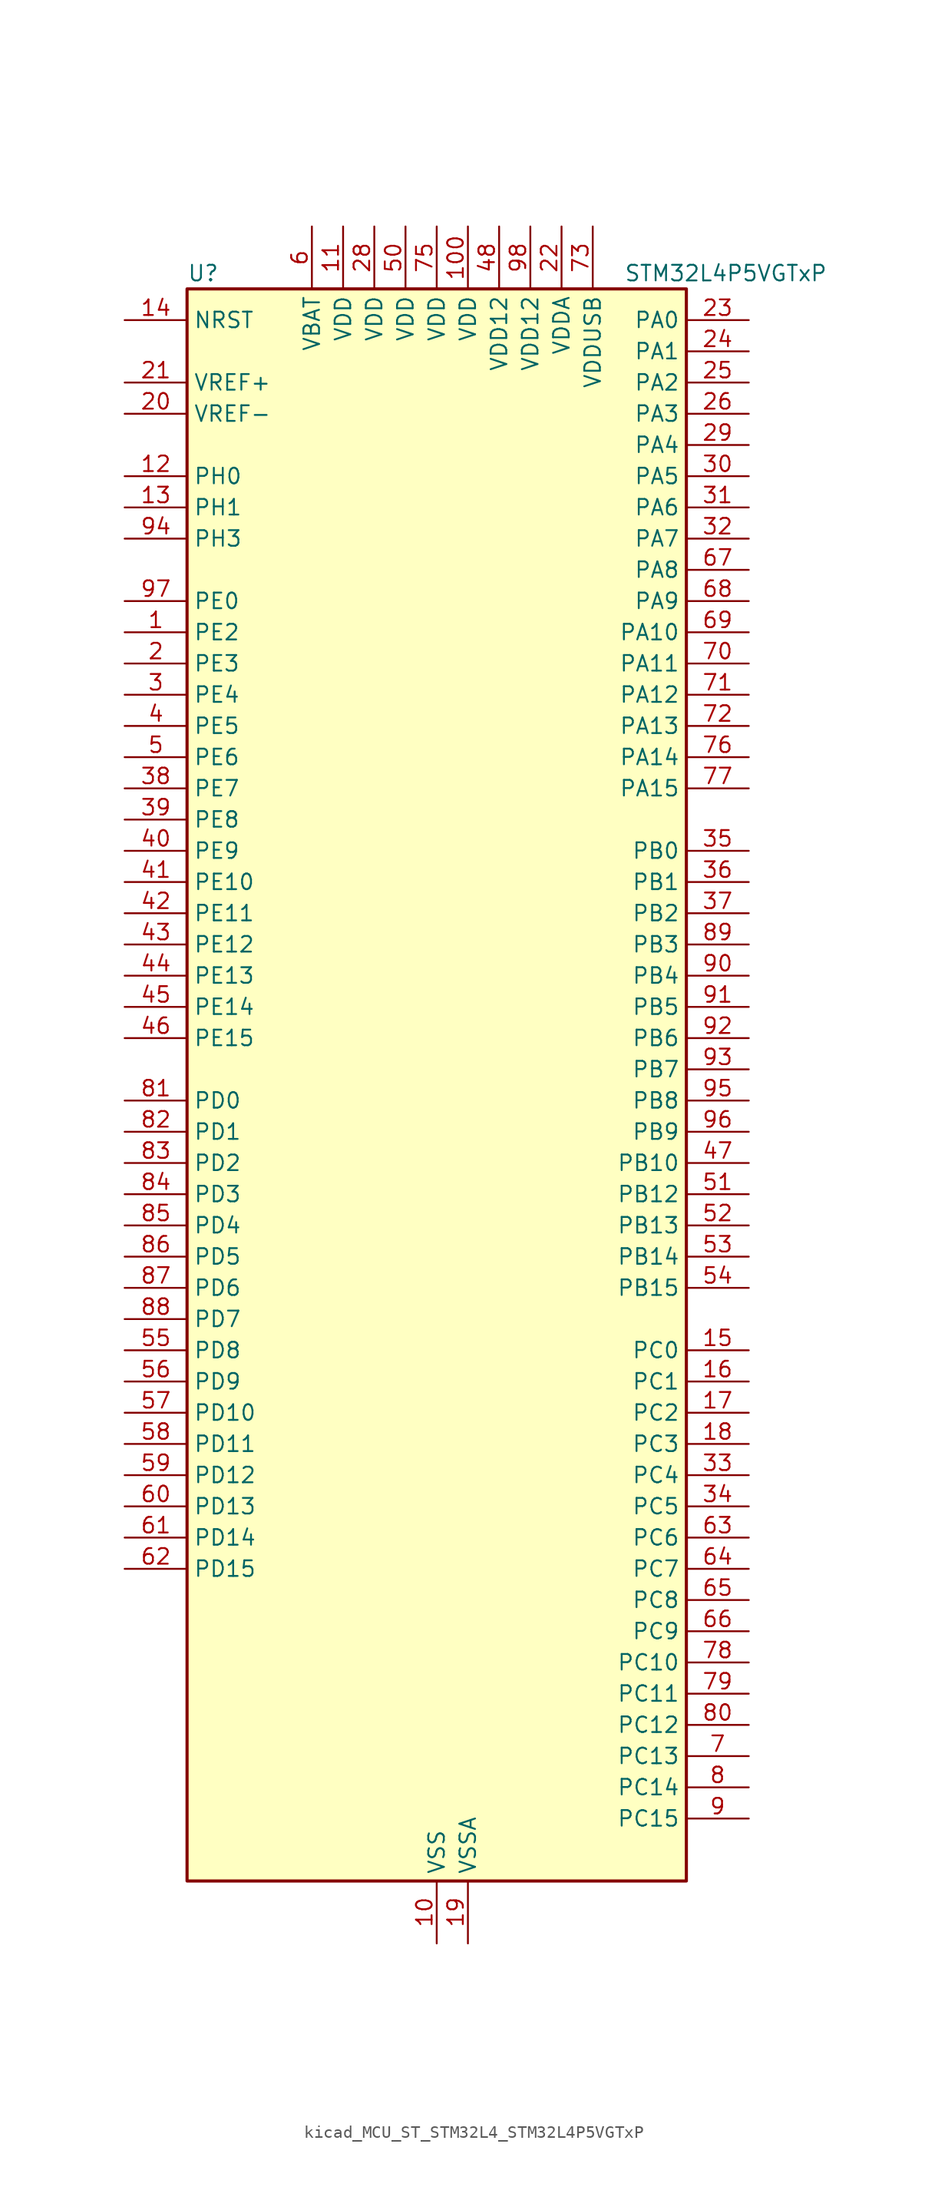
<source format=kicad_sym>
(kicad_symbol_lib
  (version 20220914)
  (generator kicad_symbol_editor)
  (symbol "kicad_MCU_ST_STM32L4_STM32L4P5VGTxP"
    (property "Reference" "U"
      (at -20.32 67.31 0)
      (effects (font (size 1.27 1.27)) (justify left)))
    (property "Value" "STM32L4P5VGTxP"
      (at 15.24 67.31 0)
      (effects (font (size 1.27 1.27)) (justify left)))
    (property "ki_locked" ""
      (at 0 0 0)
      (effects (font (size 1.27 1.27))))
    (symbol "kicad_MCU_ST_STM32L4_STM32L4P5VGTxP_0_1"
      (rectangle (start -20.32 -63.5) (end 20.32 66.04) (stroke (width 0.254) (type default)) (fill (type background))))
    (symbol "kicad_MCU_ST_STM32L4_STM32L4P5VGTxP_1_1"
      (pin bidirectional line (at -25.4 38.1 0) (length 5.08) (name "PE2" (effects (font (size 1.27 1.27)))) (number "1" (effects (font (size 1.27 1.27)))) (alternate "FMC_A23" bidirectional line) (alternate "LTDC_R7" bidirectional line) (alternate "SAI1_CK1" bidirectional line) (alternate "SAI1_MCLK_A" bidirectional line) (alternate "SYS_TRACECLK" bidirectional line) (alternate "TIM3_ETR" bidirectional line) (alternate "TSC_G7_IO1" bidirectional line))
      (pin power_in line (at 0 -68.58 90) (length 5.08) (name "VSS" (effects (font (size 1.27 1.27)))) (number "10" (effects (font (size 1.27 1.27)))))
      (pin power_in line (at 2.54 71.12 270) (length 5.08) (name "VDD" (effects (font (size 1.27 1.27)))) (number "100" (effects (font (size 1.27 1.27)))))
      (pin power_in line (at -7.62 71.12 270) (length 5.08) (name "VDD" (effects (font (size 1.27 1.27)))) (number "11" (effects (font (size 1.27 1.27)))))
      (pin bidirectional line (at -25.4 50.8 0) (length 5.08) (name "PH0" (effects (font (size 1.27 1.27)))) (number "12" (effects (font (size 1.27 1.27)))) (alternate "RCC_OSC_IN" bidirectional line))
      (pin bidirectional line (at -25.4 48.26 0) (length 5.08) (name "PH1" (effects (font (size 1.27 1.27)))) (number "13" (effects (font (size 1.27 1.27)))) (alternate "RCC_OSC_OUT" bidirectional line))
      (pin input line (at -25.4 63.5 0) (length 5.08) (name "NRST" (effects (font (size 1.27 1.27)))) (number "14" (effects (font (size 1.27 1.27)))))
      (pin bidirectional line (at 25.4 -20.32 180) (length 5.08) (name "PC0" (effects (font (size 1.27 1.27)))) (number "15" (effects (font (size 1.27 1.27)))) (alternate "ADC1_IN1" bidirectional line) (alternate "ADC2_IN1" bidirectional line) (alternate "I2C3_SCL" bidirectional line) (alternate "LPTIM1_IN1" bidirectional line) (alternate "LPTIM2_IN1" bidirectional line) (alternate "LPUART1_RX" bidirectional line) (alternate "LTDC_DE" bidirectional line) (alternate "SAI2_FS_A" bidirectional line) (alternate "SDMMC1_CMD" bidirectional line) (alternate "SDMMC2_CKIN" bidirectional line))
      (pin bidirectional line (at 25.4 -22.86 180) (length 5.08) (name "PC1" (effects (font (size 1.27 1.27)))) (number "16" (effects (font (size 1.27 1.27)))) (alternate "ADC1_IN2" bidirectional line) (alternate "ADC2_IN2" bidirectional line) (alternate "I2C3_SDA" bidirectional line) (alternate "LPTIM1_OUT" bidirectional line) (alternate "LPUART1_TX" bidirectional line) (alternate "OCTOSPIM_P1_IO4" bidirectional line) (alternate "SAI1_SD_A" bidirectional line) (alternate "SPI2_MOSI" bidirectional line) (alternate "SYS_TRACED0" bidirectional line))
      (pin bidirectional line (at 25.4 -25.4 180) (length 5.08) (name "PC2" (effects (font (size 1.27 1.27)))) (number "17" (effects (font (size 1.27 1.27)))) (alternate "ADC1_IN3" bidirectional line) (alternate "ADC2_IN3" bidirectional line) (alternate "DFSDM1_CKOUT" bidirectional line) (alternate "LPTIM1_IN2" bidirectional line) (alternate "LTDC_HSYNC" bidirectional line) (alternate "OCTOSPIM_P1_IO5" bidirectional line) (alternate "SPI2_MISO" bidirectional line))
      (pin bidirectional line (at 25.4 -27.94 180) (length 5.08) (name "PC3" (effects (font (size 1.27 1.27)))) (number "18" (effects (font (size 1.27 1.27)))) (alternate "ADC1_IN4" bidirectional line) (alternate "ADC2_IN4" bidirectional line) (alternate "LPTIM1_ETR" bidirectional line) (alternate "LPTIM2_ETR" bidirectional line) (alternate "OCTOSPIM_P1_IO6" bidirectional line) (alternate "SAI1_D1" bidirectional line) (alternate "SAI1_SD_A" bidirectional line) (alternate "SPI2_MOSI" bidirectional line))
      (pin power_in line (at 2.54 -68.58 90) (length 5.08) (name "VSSA" (effects (font (size 1.27 1.27)))) (number "19" (effects (font (size 1.27 1.27)))))
      (pin bidirectional line (at -25.4 35.56 0) (length 5.08) (name "PE3" (effects (font (size 1.27 1.27)))) (number "2" (effects (font (size 1.27 1.27)))) (alternate "FMC_A19" bidirectional line) (alternate "LTDC_R6" bidirectional line) (alternate "OCTOSPIM_P1_DQS" bidirectional line) (alternate "SAI1_SD_B" bidirectional line) (alternate "SYS_TRACED0" bidirectional line) (alternate "TIM3_CH1" bidirectional line) (alternate "TSC_G7_IO2" bidirectional line))
      (pin input line (at -25.4 55.88 0) (length 5.08) (name "VREF-" (effects (font (size 1.27 1.27)))) (number "20" (effects (font (size 1.27 1.27)))))
      (pin input line (at -25.4 58.42 0) (length 5.08) (name "VREF+" (effects (font (size 1.27 1.27)))) (number "21" (effects (font (size 1.27 1.27)))) (alternate "VREFBUF_OUT" bidirectional line))
      (pin power_in line (at 10.16 71.12 270) (length 5.08) (name "VDDA" (effects (font (size 1.27 1.27)))) (number "22" (effects (font (size 1.27 1.27)))))
      (pin bidirectional line (at 25.4 63.5 180) (length 5.08) (name "PA0" (effects (font (size 1.27 1.27)))) (number "23" (effects (font (size 1.27 1.27)))) (alternate "ADC1_IN5" bidirectional line) (alternate "ADC2_IN5" bidirectional line) (alternate "OPAMP1_VINP" bidirectional line) (alternate "RTC_TAMP2" bidirectional line) (alternate "SAI1_EXTCLK" bidirectional line) (alternate "SYS_WKUP1" bidirectional line) (alternate "TIM2_CH1" bidirectional line) (alternate "TIM2_ETR" bidirectional line) (alternate "TIM5_CH1" bidirectional line) (alternate "TIM8_ETR" bidirectional line) (alternate "UART4_TX" bidirectional line) (alternate "USART2_CTS" bidirectional line) (alternate "USART2_NSS" bidirectional line))
      (pin bidirectional line (at 25.4 60.96 180) (length 5.08) (name "PA1" (effects (font (size 1.27 1.27)))) (number "24" (effects (font (size 1.27 1.27)))) (alternate "ADC1_IN6" bidirectional line) (alternate "ADC2_IN6" bidirectional line) (alternate "I2C1_SMBA" bidirectional line) (alternate "OCTOSPIM_P1_DQS" bidirectional line) (alternate "OPAMP1_VINM" bidirectional line) (alternate "SDMMC2_CMD" bidirectional line) (alternate "SPI1_SCK" bidirectional line) (alternate "TIM15_CH1N" bidirectional line) (alternate "TIM2_CH2" bidirectional line) (alternate "TIM5_CH2" bidirectional line) (alternate "UART4_RX" bidirectional line) (alternate "USART2_DE" bidirectional line) (alternate "USART2_RTS" bidirectional line))
      (pin bidirectional line (at 25.4 58.42 180) (length 5.08) (name "PA2" (effects (font (size 1.27 1.27)))) (number "25" (effects (font (size 1.27 1.27)))) (alternate "ADC1_IN7" bidirectional line) (alternate "ADC2_IN7" bidirectional line) (alternate "LPUART1_TX" bidirectional line) (alternate "OCTOSPIM_P1_NCS" bidirectional line) (alternate "RCC_LSCO" bidirectional line) (alternate "SAI2_EXTCLK" bidirectional line) (alternate "SYS_WKUP4" bidirectional line) (alternate "TIM15_CH1" bidirectional line) (alternate "TIM2_CH3" bidirectional line) (alternate "TIM5_CH3" bidirectional line) (alternate "USART2_TX" bidirectional line))
      (pin bidirectional line (at 25.4 55.88 180) (length 5.08) (name "PA3" (effects (font (size 1.27 1.27)))) (number "26" (effects (font (size 1.27 1.27)))) (alternate "ADC1_IN8" bidirectional line) (alternate "ADC2_IN8" bidirectional line) (alternate "LPUART1_RX" bidirectional line) (alternate "OCTOSPIM_P1_CLK" bidirectional line) (alternate "OPAMP1_VOUT" bidirectional line) (alternate "SAI1_CK1" bidirectional line) (alternate "SAI1_MCLK_A" bidirectional line) (alternate "TIM15_CH2" bidirectional line) (alternate "TIM2_CH4" bidirectional line) (alternate "TIM5_CH4" bidirectional line) (alternate "USART2_RX" bidirectional line))
      (pin passive line (at 0 -68.58 90) (length 5.08) hide (name "VSS" (effects (font (size 1.27 1.27)))) (number "27" (effects (font (size 1.27 1.27)))))
      (pin power_in line (at -5.08 71.12 270) (length 5.08) (name "VDD" (effects (font (size 1.27 1.27)))) (number "28" (effects (font (size 1.27 1.27)))))
      (pin bidirectional line (at 25.4 53.34 180) (length 5.08) (name "PA4" (effects (font (size 1.27 1.27)))) (number "29" (effects (font (size 1.27 1.27)))) (alternate "ADC1_IN9" bidirectional line) (alternate "ADC2_IN9" bidirectional line) (alternate "DAC1_OUT1" bidirectional line) (alternate "DCMI_HSYNC" bidirectional line) (alternate "LPTIM2_OUT" bidirectional line) (alternate "LTDC_CLK" bidirectional line) (alternate "OCTOSPIM_P1_NCS" bidirectional line) (alternate "PSSI_DE" bidirectional line) (alternate "SAI1_FS_B" bidirectional line) (alternate "SPI1_NSS" bidirectional line) (alternate "SPI3_NSS" bidirectional line) (alternate "USART2_CK" bidirectional line))
      (pin bidirectional line (at -25.4 33.02 0) (length 5.08) (name "PE4" (effects (font (size 1.27 1.27)))) (number "3" (effects (font (size 1.27 1.27)))) (alternate "DCMI_D4" bidirectional line) (alternate "DFSDM1_DATIN3" bidirectional line) (alternate "FMC_A20" bidirectional line) (alternate "LTDC_B7" bidirectional line) (alternate "PSSI_D4" bidirectional line) (alternate "SAI1_D2" bidirectional line) (alternate "SAI1_FS_A" bidirectional line) (alternate "SYS_TRACED1" bidirectional line) (alternate "TIM3_CH2" bidirectional line) (alternate "TSC_G7_IO3" bidirectional line))
      (pin bidirectional line (at 25.4 50.8 180) (length 5.08) (name "PA5" (effects (font (size 1.27 1.27)))) (number "30" (effects (font (size 1.27 1.27)))) (alternate "ADC1_IN10" bidirectional line) (alternate "ADC2_IN10" bidirectional line) (alternate "DAC1_OUT2" bidirectional line) (alternate "LPTIM2_ETR" bidirectional line) (alternate "LTDC_R7" bidirectional line) (alternate "PSSI_D14" bidirectional line) (alternate "SPI1_SCK" bidirectional line) (alternate "TIM2_CH1" bidirectional line) (alternate "TIM2_ETR" bidirectional line) (alternate "TIM8_CH1N" bidirectional line))
      (pin bidirectional line (at 25.4 48.26 180) (length 5.08) (name "PA6" (effects (font (size 1.27 1.27)))) (number "31" (effects (font (size 1.27 1.27)))) (alternate "ADC1_IN11" bidirectional line) (alternate "ADC2_IN11" bidirectional line) (alternate "DCMI_PIXCLK" bidirectional line) (alternate "LPUART1_CTS" bidirectional line) (alternate "OCTOSPIM_P1_IO3" bidirectional line) (alternate "OPAMP2_VINP" bidirectional line) (alternate "PSSI_PDCK" bidirectional line) (alternate "SPI1_MISO" bidirectional line) (alternate "TIM16_CH1" bidirectional line) (alternate "TIM1_BKIN" bidirectional line) (alternate "TIM3_CH1" bidirectional line) (alternate "TIM8_BKIN" bidirectional line) (alternate "USART3_CTS" bidirectional line) (alternate "USART3_NSS" bidirectional line))
      (pin bidirectional line (at 25.4 45.72 180) (length 5.08) (name "PA7" (effects (font (size 1.27 1.27)))) (number "32" (effects (font (size 1.27 1.27)))) (alternate "ADC1_IN12" bidirectional line) (alternate "ADC2_IN12" bidirectional line) (alternate "I2C3_SCL" bidirectional line) (alternate "OCTOSPIM_P1_IO2" bidirectional line) (alternate "OPAMP2_VINM" bidirectional line) (alternate "SPI1_MOSI" bidirectional line) (alternate "TIM17_CH1" bidirectional line) (alternate "TIM1_CH1N" bidirectional line) (alternate "TIM3_CH2" bidirectional line) (alternate "TIM8_CH1N" bidirectional line))
      (pin bidirectional line (at 25.4 -30.48 180) (length 5.08) (name "PC4" (effects (font (size 1.27 1.27)))) (number "33" (effects (font (size 1.27 1.27)))) (alternate "ADC1_IN13" bidirectional line) (alternate "ADC2_IN13" bidirectional line) (alternate "COMP1_INM" bidirectional line) (alternate "OCTOSPIM_P1_IO7" bidirectional line) (alternate "OCTOSPIM_P2_NCS" bidirectional line) (alternate "USART3_TX" bidirectional line))
      (pin bidirectional line (at 25.4 -33.02 180) (length 5.08) (name "PC5" (effects (font (size 1.27 1.27)))) (number "34" (effects (font (size 1.27 1.27)))) (alternate "ADC1_IN14" bidirectional line) (alternate "ADC2_IN14" bidirectional line) (alternate "COMP1_INP" bidirectional line) (alternate "LTDC_CLK" bidirectional line) (alternate "PSSI_D15" bidirectional line) (alternate "SAI1_D3" bidirectional line) (alternate "SYS_WKUP5" bidirectional line) (alternate "USART3_RX" bidirectional line))
      (pin bidirectional line (at 25.4 20.32 180) (length 5.08) (name "PB0" (effects (font (size 1.27 1.27)))) (number "35" (effects (font (size 1.27 1.27)))) (alternate "ADC1_IN15" bidirectional line) (alternate "ADC2_IN15" bidirectional line) (alternate "COMP1_OUT" bidirectional line) (alternate "LTDC_B6" bidirectional line) (alternate "OCTOSPIM_P1_IO1" bidirectional line) (alternate "OPAMP2_VOUT" bidirectional line) (alternate "SAI1_EXTCLK" bidirectional line) (alternate "SPI1_NSS" bidirectional line) (alternate "TIM1_CH2N" bidirectional line) (alternate "TIM3_CH3" bidirectional line) (alternate "TIM8_CH2N" bidirectional line) (alternate "USART3_CK" bidirectional line))
      (pin bidirectional line (at 25.4 17.78 180) (length 5.08) (name "PB1" (effects (font (size 1.27 1.27)))) (number "36" (effects (font (size 1.27 1.27)))) (alternate "ADC1_IN16" bidirectional line) (alternate "ADC2_IN16" bidirectional line) (alternate "COMP1_INM" bidirectional line) (alternate "DFSDM1_DATIN0" bidirectional line) (alternate "LPTIM2_IN1" bidirectional line) (alternate "LPUART1_DE" bidirectional line) (alternate "LPUART1_RTS" bidirectional line) (alternate "LTDC_G6" bidirectional line) (alternate "OCTOSPIM_P1_IO0" bidirectional line) (alternate "TIM1_CH3N" bidirectional line) (alternate "TIM3_CH4" bidirectional line) (alternate "TIM8_CH3N" bidirectional line) (alternate "USART3_DE" bidirectional line) (alternate "USART3_RTS" bidirectional line))
      (pin bidirectional line (at 25.4 15.24 180) (length 5.08) (name "PB2" (effects (font (size 1.27 1.27)))) (number "37" (effects (font (size 1.27 1.27)))) (alternate "COMP1_INP" bidirectional line) (alternate "DFSDM1_CKIN0" bidirectional line) (alternate "I2C3_SMBA" bidirectional line) (alternate "LPTIM1_OUT" bidirectional line) (alternate "OCTOSPIM_P1_DQS" bidirectional line) (alternate "RTC_OUT2" bidirectional line))
      (pin bidirectional line (at -25.4 25.4 0) (length 5.08) (name "PE7" (effects (font (size 1.27 1.27)))) (number "38" (effects (font (size 1.27 1.27)))) (alternate "DFSDM1_DATIN2" bidirectional line) (alternate "FMC_D4" bidirectional line) (alternate "FMC_DA4" bidirectional line) (alternate "LTDC_B6" bidirectional line) (alternate "SAI1_SD_B" bidirectional line) (alternate "TIM1_ETR" bidirectional line))
      (pin bidirectional line (at -25.4 22.86 0) (length 5.08) (name "PE8" (effects (font (size 1.27 1.27)))) (number "39" (effects (font (size 1.27 1.27)))) (alternate "DFSDM1_CKIN2" bidirectional line) (alternate "FMC_D5" bidirectional line) (alternate "FMC_DA5" bidirectional line) (alternate "LTDC_B7" bidirectional line) (alternate "SAI1_SCK_B" bidirectional line) (alternate "TIM1_CH1N" bidirectional line))
      (pin bidirectional line (at -25.4 30.48 0) (length 5.08) (name "PE5" (effects (font (size 1.27 1.27)))) (number "4" (effects (font (size 1.27 1.27)))) (alternate "DCMI_D6" bidirectional line) (alternate "DFSDM1_CKIN3" bidirectional line) (alternate "FMC_A21" bidirectional line) (alternate "LTDC_G7" bidirectional line) (alternate "PSSI_D6" bidirectional line) (alternate "SAI1_CK2" bidirectional line) (alternate "SAI1_SCK_A" bidirectional line) (alternate "SYS_TRACED2" bidirectional line) (alternate "TIM3_CH3" bidirectional line) (alternate "TSC_G7_IO4" bidirectional line))
      (pin bidirectional line (at -25.4 20.32 0) (length 5.08) (name "PE9" (effects (font (size 1.27 1.27)))) (number "40" (effects (font (size 1.27 1.27)))) (alternate "DAC1_EXTI9" bidirectional line) (alternate "DFSDM1_CKOUT" bidirectional line) (alternate "FMC_D6" bidirectional line) (alternate "FMC_DA6" bidirectional line) (alternate "LTDC_G2" bidirectional line) (alternate "OCTOSPIM_P1_NCLK" bidirectional line) (alternate "SAI1_FS_B" bidirectional line) (alternate "TIM1_CH1" bidirectional line))
      (pin bidirectional line (at -25.4 17.78 0) (length 5.08) (name "PE10" (effects (font (size 1.27 1.27)))) (number "41" (effects (font (size 1.27 1.27)))) (alternate "FMC_D7" bidirectional line) (alternate "FMC_DA7" bidirectional line) (alternate "LTDC_G3" bidirectional line) (alternate "OCTOSPIM_P1_CLK" bidirectional line) (alternate "SAI1_MCLK_B" bidirectional line) (alternate "TIM1_CH2N" bidirectional line) (alternate "TSC_G5_IO1" bidirectional line))
      (pin bidirectional line (at -25.4 15.24 0) (length 5.08) (name "PE11" (effects (font (size 1.27 1.27)))) (number "42" (effects (font (size 1.27 1.27)))) (alternate "ADC1_EXTI11" bidirectional line) (alternate "ADC2_EXTI11" bidirectional line) (alternate "FMC_D8" bidirectional line) (alternate "FMC_DA8" bidirectional line) (alternate "LTDC_G4" bidirectional line) (alternate "OCTOSPIM_P1_NCS" bidirectional line) (alternate "TIM1_CH2" bidirectional line) (alternate "TSC_G5_IO2" bidirectional line))
      (pin bidirectional line (at -25.4 12.7 0) (length 5.08) (name "PE12" (effects (font (size 1.27 1.27)))) (number "43" (effects (font (size 1.27 1.27)))) (alternate "FMC_D9" bidirectional line) (alternate "FMC_DA9" bidirectional line) (alternate "LTDC_G5" bidirectional line) (alternate "OCTOSPIM_P1_IO0" bidirectional line) (alternate "SPI1_NSS" bidirectional line) (alternate "TIM1_CH3N" bidirectional line) (alternate "TSC_G5_IO3" bidirectional line))
      (pin bidirectional line (at -25.4 10.16 0) (length 5.08) (name "PE13" (effects (font (size 1.27 1.27)))) (number "44" (effects (font (size 1.27 1.27)))) (alternate "FMC_D10" bidirectional line) (alternate "FMC_DA10" bidirectional line) (alternate "LTDC_G6" bidirectional line) (alternate "OCTOSPIM_P1_IO1" bidirectional line) (alternate "SPI1_SCK" bidirectional line) (alternate "TIM1_CH3" bidirectional line) (alternate "TSC_G5_IO4" bidirectional line))
      (pin bidirectional line (at -25.4 7.62 0) (length 5.08) (name "PE14" (effects (font (size 1.27 1.27)))) (number "45" (effects (font (size 1.27 1.27)))) (alternate "FMC_D11" bidirectional line) (alternate "FMC_DA11" bidirectional line) (alternate "LTDC_G7" bidirectional line) (alternate "OCTOSPIM_P1_IO2" bidirectional line) (alternate "SPI1_MISO" bidirectional line) (alternate "TIM1_BKIN2" bidirectional line) (alternate "TIM1_CH4" bidirectional line))
      (pin bidirectional line (at -25.4 5.08 0) (length 5.08) (name "PE15" (effects (font (size 1.27 1.27)))) (number "46" (effects (font (size 1.27 1.27)))) (alternate "ADC1_EXTI15" bidirectional line) (alternate "ADC2_EXTI15" bidirectional line) (alternate "FMC_D12" bidirectional line) (alternate "FMC_DA12" bidirectional line) (alternate "LTDC_R2" bidirectional line) (alternate "OCTOSPIM_P1_IO3" bidirectional line) (alternate "SPI1_MOSI" bidirectional line) (alternate "TIM1_BKIN" bidirectional line))
      (pin bidirectional line (at 25.4 -5.08 180) (length 5.08) (name "PB10" (effects (font (size 1.27 1.27)))) (number "47" (effects (font (size 1.27 1.27)))) (alternate "COMP1_OUT" bidirectional line) (alternate "I2C2_SCL" bidirectional line) (alternate "I2C4_SCL" bidirectional line) (alternate "LPUART1_RX" bidirectional line) (alternate "OCTOSPIM_P1_CLK" bidirectional line) (alternate "OCTOSPIM_P1_IO3" bidirectional line) (alternate "SAI1_SCK_A" bidirectional line) (alternate "SPI2_SCK" bidirectional line) (alternate "TIM2_CH3" bidirectional line) (alternate "TSC_SYNC" bidirectional line) (alternate "USART3_TX" bidirectional line))
      (pin power_in line (at 5.08 71.12 270) (length 5.08) (name "VDD12" (effects (font (size 1.27 1.27)))) (number "48" (effects (font (size 1.27 1.27)))))
      (pin passive line (at 0 -68.58 90) (length 5.08) hide (name "VSS" (effects (font (size 1.27 1.27)))) (number "49" (effects (font (size 1.27 1.27)))))
      (pin bidirectional line (at -25.4 27.94 0) (length 5.08) (name "PE6" (effects (font (size 1.27 1.27)))) (number "5" (effects (font (size 1.27 1.27)))) (alternate "DCMI_D7" bidirectional line) (alternate "FMC_A22" bidirectional line) (alternate "LTDC_G6" bidirectional line) (alternate "PSSI_D7" bidirectional line) (alternate "RTC_TAMP3" bidirectional line) (alternate "SAI1_D1" bidirectional line) (alternate "SAI1_SD_A" bidirectional line) (alternate "SYS_TRACED3" bidirectional line) (alternate "SYS_WKUP3" bidirectional line) (alternate "TIM3_CH4" bidirectional line))
      (pin power_in line (at -2.54 71.12 270) (length 5.08) (name "VDD" (effects (font (size 1.27 1.27)))) (number "50" (effects (font (size 1.27 1.27)))))
      (pin bidirectional line (at 25.4 -7.62 180) (length 5.08) (name "PB12" (effects (font (size 1.27 1.27)))) (number "51" (effects (font (size 1.27 1.27)))) (alternate "DFSDM1_DATIN1" bidirectional line) (alternate "I2C2_SMBA" bidirectional line) (alternate "LPUART1_DE" bidirectional line) (alternate "LPUART1_RTS" bidirectional line) (alternate "OCTOSPIM_P1_NCLK" bidirectional line) (alternate "SAI2_FS_A" bidirectional line) (alternate "SDMMC2_CK" bidirectional line) (alternate "SPI2_NSS" bidirectional line) (alternate "TIM15_BKIN" bidirectional line) (alternate "TIM1_BKIN" bidirectional line) (alternate "TSC_G1_IO1" bidirectional line) (alternate "USART3_CK" bidirectional line))
      (pin bidirectional line (at 25.4 -10.16 180) (length 5.08) (name "PB13" (effects (font (size 1.27 1.27)))) (number "52" (effects (font (size 1.27 1.27)))) (alternate "DFSDM1_CKIN1" bidirectional line) (alternate "I2C2_SCL" bidirectional line) (alternate "LPUART1_CTS" bidirectional line) (alternate "OCTOSPIM_P1_IO1" bidirectional line) (alternate "SAI2_SCK_A" bidirectional line) (alternate "SPI2_SCK" bidirectional line) (alternate "TIM15_CH1N" bidirectional line) (alternate "TIM1_CH1N" bidirectional line) (alternate "TSC_G1_IO2" bidirectional line) (alternate "USART3_CTS" bidirectional line) (alternate "USART3_NSS" bidirectional line))
      (pin bidirectional line (at 25.4 -12.7 180) (length 5.08) (name "PB14" (effects (font (size 1.27 1.27)))) (number "53" (effects (font (size 1.27 1.27)))) (alternate "DFSDM1_DATIN2" bidirectional line) (alternate "I2C2_SDA" bidirectional line) (alternate "OCTOSPIM_P1_IO6" bidirectional line) (alternate "SAI2_MCLK_A" bidirectional line) (alternate "SDMMC2_D0" bidirectional line) (alternate "SPI2_MISO" bidirectional line) (alternate "TIM15_CH1" bidirectional line) (alternate "TIM1_CH2N" bidirectional line) (alternate "TIM8_CH2N" bidirectional line) (alternate "TSC_G1_IO3" bidirectional line) (alternate "USART3_DE" bidirectional line) (alternate "USART3_RTS" bidirectional line))
      (pin bidirectional line (at 25.4 -15.24 180) (length 5.08) (name "PB15" (effects (font (size 1.27 1.27)))) (number "54" (effects (font (size 1.27 1.27)))) (alternate "ADC1_EXTI15" bidirectional line) (alternate "ADC2_EXTI15" bidirectional line) (alternate "DFSDM1_CKIN2" bidirectional line) (alternate "OCTOSPIM_P1_IO7" bidirectional line) (alternate "RTC_REFIN" bidirectional line) (alternate "SAI2_SD_A" bidirectional line) (alternate "SDMMC2_D1" bidirectional line) (alternate "SPI2_MOSI" bidirectional line) (alternate "TIM15_CH2" bidirectional line) (alternate "TIM1_CH3N" bidirectional line) (alternate "TIM8_CH3N" bidirectional line) (alternate "TSC_G1_IO4" bidirectional line))
      (pin bidirectional line (at -25.4 -20.32 0) (length 5.08) (name "PD8" (effects (font (size 1.27 1.27)))) (number "55" (effects (font (size 1.27 1.27)))) (alternate "DCMI_HSYNC" bidirectional line) (alternate "FMC_D13" bidirectional line) (alternate "FMC_DA13" bidirectional line) (alternate "LTDC_R3" bidirectional line) (alternate "PSSI_DE" bidirectional line) (alternate "USART3_TX" bidirectional line))
      (pin bidirectional line (at -25.4 -22.86 0) (length 5.08) (name "PD9" (effects (font (size 1.27 1.27)))) (number "56" (effects (font (size 1.27 1.27)))) (alternate "DAC1_EXTI9" bidirectional line) (alternate "DCMI_PIXCLK" bidirectional line) (alternate "FMC_D14" bidirectional line) (alternate "FMC_DA14" bidirectional line) (alternate "LTDC_R4" bidirectional line) (alternate "PSSI_PDCK" bidirectional line) (alternate "SAI2_MCLK_A" bidirectional line) (alternate "USART3_RX" bidirectional line))
      (pin bidirectional line (at -25.4 -25.4 0) (length 5.08) (name "PD10" (effects (font (size 1.27 1.27)))) (number "57" (effects (font (size 1.27 1.27)))) (alternate "FMC_D15" bidirectional line) (alternate "FMC_DA15" bidirectional line) (alternate "LTDC_R5" bidirectional line) (alternate "SAI2_SCK_A" bidirectional line) (alternate "TSC_G6_IO1" bidirectional line) (alternate "USART3_CK" bidirectional line))
      (pin bidirectional line (at -25.4 -27.94 0) (length 5.08) (name "PD11" (effects (font (size 1.27 1.27)))) (number "58" (effects (font (size 1.27 1.27)))) (alternate "ADC1_EXTI11" bidirectional line) (alternate "ADC2_EXTI11" bidirectional line) (alternate "FMC_A16" bidirectional line) (alternate "FMC_CLE" bidirectional line) (alternate "I2C4_SMBA" bidirectional line) (alternate "LPTIM2_ETR" bidirectional line) (alternate "LTDC_R6" bidirectional line) (alternate "SAI2_SD_A" bidirectional line) (alternate "TSC_G6_IO2" bidirectional line) (alternate "USART3_CTS" bidirectional line) (alternate "USART3_NSS" bidirectional line))
      (pin bidirectional line (at -25.4 -30.48 0) (length 5.08) (name "PD12" (effects (font (size 1.27 1.27)))) (number "59" (effects (font (size 1.27 1.27)))) (alternate "FMC_A17" bidirectional line) (alternate "FMC_ALE" bidirectional line) (alternate "I2C4_SCL" bidirectional line) (alternate "LPTIM2_IN1" bidirectional line) (alternate "LTDC_R7" bidirectional line) (alternate "SAI2_FS_A" bidirectional line) (alternate "TIM4_CH1" bidirectional line) (alternate "TSC_G6_IO3" bidirectional line) (alternate "USART3_DE" bidirectional line) (alternate "USART3_RTS" bidirectional line))
      (pin power_in line (at -10.16 71.12 270) (length 5.08) (name "VBAT" (effects (font (size 1.27 1.27)))) (number "6" (effects (font (size 1.27 1.27)))))
      (pin bidirectional line (at -25.4 -33.02 0) (length 5.08) (name "PD13" (effects (font (size 1.27 1.27)))) (number "60" (effects (font (size 1.27 1.27)))) (alternate "FMC_A18" bidirectional line) (alternate "I2C4_SDA" bidirectional line) (alternate "LPTIM2_OUT" bidirectional line) (alternate "TIM4_CH2" bidirectional line) (alternate "TSC_G6_IO4" bidirectional line))
      (pin bidirectional line (at -25.4 -35.56 0) (length 5.08) (name "PD14" (effects (font (size 1.27 1.27)))) (number "61" (effects (font (size 1.27 1.27)))) (alternate "FMC_D0" bidirectional line) (alternate "FMC_DA0" bidirectional line) (alternate "LTDC_B2" bidirectional line) (alternate "TIM4_CH3" bidirectional line))
      (pin bidirectional line (at -25.4 -38.1 0) (length 5.08) (name "PD15" (effects (font (size 1.27 1.27)))) (number "62" (effects (font (size 1.27 1.27)))) (alternate "ADC1_EXTI15" bidirectional line) (alternate "ADC2_EXTI15" bidirectional line) (alternate "FMC_D1" bidirectional line) (alternate "FMC_DA1" bidirectional line) (alternate "LTDC_B3" bidirectional line) (alternate "TIM4_CH4" bidirectional line))
      (pin bidirectional line (at 25.4 -35.56 180) (length 5.08) (name "PC6" (effects (font (size 1.27 1.27)))) (number "63" (effects (font (size 1.27 1.27)))) (alternate "DCMI_D0" bidirectional line) (alternate "DFSDM1_CKIN3" bidirectional line) (alternate "LTDC_G7" bidirectional line) (alternate "PSSI_D0" bidirectional line) (alternate "SAI2_MCLK_A" bidirectional line) (alternate "SDMMC1_D0DIR" bidirectional line) (alternate "SDMMC1_D6" bidirectional line) (alternate "SDMMC2_D6" bidirectional line) (alternate "TIM3_CH1" bidirectional line) (alternate "TIM8_CH1" bidirectional line) (alternate "TSC_G4_IO1" bidirectional line))
      (pin bidirectional line (at 25.4 -38.1 180) (length 5.08) (name "PC7" (effects (font (size 1.27 1.27)))) (number "64" (effects (font (size 1.27 1.27)))) (alternate "DCMI_D1" bidirectional line) (alternate "DFSDM1_DATIN3" bidirectional line) (alternate "LTDC_B6" bidirectional line) (alternate "PSSI_D1" bidirectional line) (alternate "SAI2_MCLK_B" bidirectional line) (alternate "SDMMC1_D123DIR" bidirectional line) (alternate "SDMMC1_D7" bidirectional line) (alternate "SDMMC2_D7" bidirectional line) (alternate "TIM3_CH2" bidirectional line) (alternate "TIM8_CH2" bidirectional line) (alternate "TSC_G4_IO2" bidirectional line))
      (pin bidirectional line (at 25.4 -40.64 180) (length 5.08) (name "PC8" (effects (font (size 1.27 1.27)))) (number "65" (effects (font (size 1.27 1.27)))) (alternate "DCMI_D2" bidirectional line) (alternate "PSSI_D2" bidirectional line) (alternate "SDMMC1_D0" bidirectional line) (alternate "TIM3_CH3" bidirectional line) (alternate "TIM8_CH3" bidirectional line) (alternate "TSC_G4_IO3" bidirectional line))
      (pin bidirectional line (at 25.4 -43.18 180) (length 5.08) (name "PC9" (effects (font (size 1.27 1.27)))) (number "66" (effects (font (size 1.27 1.27)))) (alternate "DAC1_EXTI9" bidirectional line) (alternate "DCMI_D3" bidirectional line) (alternate "I2C3_SDA" bidirectional line) (alternate "PSSI_D3" bidirectional line) (alternate "SAI2_EXTCLK" bidirectional line) (alternate "SDMMC1_D1" bidirectional line) (alternate "SYS_TRACED0" bidirectional line) (alternate "TIM3_CH4" bidirectional line) (alternate "TIM8_BKIN2" bidirectional line) (alternate "TIM8_CH4" bidirectional line) (alternate "TSC_G4_IO4" bidirectional line) (alternate "USB_OTG_FS_NOE" bidirectional line))
      (pin bidirectional line (at 25.4 43.18 180) (length 5.08) (name "PA8" (effects (font (size 1.27 1.27)))) (number "67" (effects (font (size 1.27 1.27)))) (alternate "LPTIM2_OUT" bidirectional line) (alternate "LTDC_B7" bidirectional line) (alternate "RCC_MCO" bidirectional line) (alternate "SAI1_CK2" bidirectional line) (alternate "SAI1_SCK_A" bidirectional line) (alternate "TIM1_CH1" bidirectional line) (alternate "USART1_CK" bidirectional line) (alternate "USB_OTG_FS_SOF" bidirectional line))
      (pin bidirectional line (at 25.4 40.64 180) (length 5.08) (name "PA9" (effects (font (size 1.27 1.27)))) (number "68" (effects (font (size 1.27 1.27)))) (alternate "DAC1_EXTI9" bidirectional line) (alternate "DCMI_D0" bidirectional line) (alternate "LTDC_G7" bidirectional line) (alternate "PSSI_D0" bidirectional line) (alternate "SAI1_FS_A" bidirectional line) (alternate "SPI2_SCK" bidirectional line) (alternate "TIM15_BKIN" bidirectional line) (alternate "TIM1_CH2" bidirectional line) (alternate "USART1_TX" bidirectional line) (alternate "USB_OTG_FS_VBUS" bidirectional line))
      (pin bidirectional line (at 25.4 38.1 180) (length 5.08) (name "PA10" (effects (font (size 1.27 1.27)))) (number "69" (effects (font (size 1.27 1.27)))) (alternate "DCMI_D1" bidirectional line) (alternate "LTDC_G6" bidirectional line) (alternate "PSSI_D1" bidirectional line) (alternate "SAI1_D1" bidirectional line) (alternate "SAI1_SD_A" bidirectional line) (alternate "TIM17_BKIN" bidirectional line) (alternate "TIM1_CH3" bidirectional line) (alternate "USART1_RX" bidirectional line) (alternate "USB_OTG_FS_ID" bidirectional line))
      (pin bidirectional line (at 25.4 -53.34 180) (length 5.08) (name "PC13" (effects (font (size 1.27 1.27)))) (number "7" (effects (font (size 1.27 1.27)))) (alternate "RTC_OUT1" bidirectional line) (alternate "RTC_TAMP1" bidirectional line) (alternate "RTC_TS" bidirectional line) (alternate "SYS_WKUP2" bidirectional line))
      (pin bidirectional line (at 25.4 35.56 180) (length 5.08) (name "PA11" (effects (font (size 1.27 1.27)))) (number "70" (effects (font (size 1.27 1.27)))) (alternate "ADC1_EXTI11" bidirectional line) (alternate "ADC2_EXTI11" bidirectional line) (alternate "CAN1_RX" bidirectional line) (alternate "LTDC_DE" bidirectional line) (alternate "SPI1_MISO" bidirectional line) (alternate "TIM1_BKIN2" bidirectional line) (alternate "TIM1_CH4" bidirectional line) (alternate "USART1_CTS" bidirectional line) (alternate "USART1_NSS" bidirectional line) (alternate "USB_OTG_FS_DM" bidirectional line))
      (pin bidirectional line (at 25.4 33.02 180) (length 5.08) (name "PA12" (effects (font (size 1.27 1.27)))) (number "71" (effects (font (size 1.27 1.27)))) (alternate "CAN1_TX" bidirectional line) (alternate "LTDC_VSYNC" bidirectional line) (alternate "OCTOSPIM_P2_NCS" bidirectional line) (alternate "SPI1_MOSI" bidirectional line) (alternate "TIM1_ETR" bidirectional line) (alternate "USART1_DE" bidirectional line) (alternate "USART1_RTS" bidirectional line) (alternate "USB_OTG_FS_DP" bidirectional line))
      (pin bidirectional line (at 25.4 30.48 180) (length 5.08) (name "PA13" (effects (font (size 1.27 1.27)))) (number "72" (effects (font (size 1.27 1.27)))) (alternate "IR_OUT" bidirectional line) (alternate "SAI1_SD_B" bidirectional line) (alternate "SYS_JTMS-SWDIO" bidirectional line) (alternate "USB_OTG_FS_NOE" bidirectional line))
      (pin power_in line (at 12.7 71.12 270) (length 5.08) (name "VDDUSB" (effects (font (size 1.27 1.27)))) (number "73" (effects (font (size 1.27 1.27)))))
      (pin passive line (at 0 -68.58 90) (length 5.08) hide (name "VSS" (effects (font (size 1.27 1.27)))) (number "74" (effects (font (size 1.27 1.27)))))
      (pin power_in line (at 0 71.12 270) (length 5.08) (name "VDD" (effects (font (size 1.27 1.27)))) (number "75" (effects (font (size 1.27 1.27)))))
      (pin bidirectional line (at 25.4 27.94 180) (length 5.08) (name "PA14" (effects (font (size 1.27 1.27)))) (number "76" (effects (font (size 1.27 1.27)))) (alternate "I2C1_SMBA" bidirectional line) (alternate "I2C4_SMBA" bidirectional line) (alternate "LPTIM1_OUT" bidirectional line) (alternate "SAI1_FS_B" bidirectional line) (alternate "SYS_JTCK-SWCLK" bidirectional line) (alternate "USB_OTG_FS_SOF" bidirectional line))
      (pin bidirectional line (at 25.4 25.4 180) (length 5.08) (name "PA15" (effects (font (size 1.27 1.27)))) (number "77" (effects (font (size 1.27 1.27)))) (alternate "ADC1_EXTI15" bidirectional line) (alternate "ADC2_EXTI15" bidirectional line) (alternate "LTDC_HSYNC" bidirectional line) (alternate "SAI2_FS_B" bidirectional line) (alternate "SPI1_NSS" bidirectional line) (alternate "SPI3_NSS" bidirectional line) (alternate "SYS_JTDI" bidirectional line) (alternate "TIM2_CH1" bidirectional line) (alternate "TIM2_ETR" bidirectional line) (alternate "TSC_G3_IO1" bidirectional line) (alternate "UART4_DE" bidirectional line) (alternate "UART4_RTS" bidirectional line) (alternate "USART2_RX" bidirectional line) (alternate "USART3_DE" bidirectional line) (alternate "USART3_RTS" bidirectional line))
      (pin bidirectional line (at 25.4 -45.72 180) (length 5.08) (name "PC10" (effects (font (size 1.27 1.27)))) (number "78" (effects (font (size 1.27 1.27)))) (alternate "DCMI_D8" bidirectional line) (alternate "DCMI_VSYNC" bidirectional line) (alternate "PSSI_D8" bidirectional line) (alternate "PSSI_RDY" bidirectional line) (alternate "SAI2_SCK_B" bidirectional line) (alternate "SDMMC1_D2" bidirectional line) (alternate "SPI3_SCK" bidirectional line) (alternate "SYS_TRACED1" bidirectional line) (alternate "TSC_G3_IO2" bidirectional line) (alternate "UART4_TX" bidirectional line) (alternate "USART3_TX" bidirectional line))
      (pin bidirectional line (at 25.4 -48.26 180) (length 5.08) (name "PC11" (effects (font (size 1.27 1.27)))) (number "79" (effects (font (size 1.27 1.27)))) (alternate "ADC1_EXTI11" bidirectional line) (alternate "ADC2_EXTI11" bidirectional line) (alternate "DCMI_D2" bidirectional line) (alternate "DCMI_D4" bidirectional line) (alternate "OCTOSPIM_P1_NCS" bidirectional line) (alternate "PSSI_D2" bidirectional line) (alternate "PSSI_D4" bidirectional line) (alternate "SAI2_MCLK_B" bidirectional line) (alternate "SDMMC1_D3" bidirectional line) (alternate "SPI3_MISO" bidirectional line) (alternate "TSC_G3_IO3" bidirectional line) (alternate "UART4_RX" bidirectional line) (alternate "USART3_RX" bidirectional line))
      (pin bidirectional line (at 25.4 -55.88 180) (length 5.08) (name "PC14" (effects (font (size 1.27 1.27)))) (number "8" (effects (font (size 1.27 1.27)))) (alternate "RCC_OSC32_IN" bidirectional line))
      (pin bidirectional line (at 25.4 -50.8 180) (length 5.08) (name "PC12" (effects (font (size 1.27 1.27)))) (number "80" (effects (font (size 1.27 1.27)))) (alternate "DCMI_D9" bidirectional line) (alternate "LTDC_R6" bidirectional line) (alternate "PSSI_D9" bidirectional line) (alternate "SAI2_SD_B" bidirectional line) (alternate "SDMMC1_CK" bidirectional line) (alternate "SPI3_MOSI" bidirectional line) (alternate "SYS_TRACED3" bidirectional line) (alternate "TSC_G3_IO4" bidirectional line) (alternate "UART5_TX" bidirectional line) (alternate "USART3_CK" bidirectional line))
      (pin bidirectional line (at -25.4 0 0) (length 5.08) (name "PD0" (effects (font (size 1.27 1.27)))) (number "81" (effects (font (size 1.27 1.27)))) (alternate "CAN1_RX" bidirectional line) (alternate "FMC_D2" bidirectional line) (alternate "FMC_DA2" bidirectional line) (alternate "LTDC_B4" bidirectional line) (alternate "SPI2_NSS" bidirectional line))
      (pin bidirectional line (at -25.4 -2.54 0) (length 5.08) (name "PD1" (effects (font (size 1.27 1.27)))) (number "82" (effects (font (size 1.27 1.27)))) (alternate "CAN1_TX" bidirectional line) (alternate "FMC_D3" bidirectional line) (alternate "FMC_DA3" bidirectional line) (alternate "LTDC_B5" bidirectional line) (alternate "SPI2_SCK" bidirectional line))
      (pin bidirectional line (at -25.4 -5.08 0) (length 5.08) (name "PD2" (effects (font (size 1.27 1.27)))) (number "83" (effects (font (size 1.27 1.27)))) (alternate "DCMI_D11" bidirectional line) (alternate "PSSI_D11" bidirectional line) (alternate "SDMMC1_CMD" bidirectional line) (alternate "SYS_TRACED2" bidirectional line) (alternate "TIM3_ETR" bidirectional line) (alternate "TSC_SYNC" bidirectional line) (alternate "UART5_RX" bidirectional line) (alternate "USART3_DE" bidirectional line) (alternate "USART3_RTS" bidirectional line))
      (pin bidirectional line (at -25.4 -7.62 0) (length 5.08) (name "PD3" (effects (font (size 1.27 1.27)))) (number "84" (effects (font (size 1.27 1.27)))) (alternate "DCMI_D5" bidirectional line) (alternate "DFSDM1_DATIN0" bidirectional line) (alternate "FMC_CLK" bidirectional line) (alternate "LTDC_CLK" bidirectional line) (alternate "OCTOSPIM_P2_NCS" bidirectional line) (alternate "PSSI_D5" bidirectional line) (alternate "SPI2_MISO" bidirectional line) (alternate "SPI2_SCK" bidirectional line) (alternate "USART2_CTS" bidirectional line) (alternate "USART2_NSS" bidirectional line))
      (pin bidirectional line (at -25.4 -10.16 0) (length 5.08) (name "PD4" (effects (font (size 1.27 1.27)))) (number "85" (effects (font (size 1.27 1.27)))) (alternate "DFSDM1_CKIN0" bidirectional line) (alternate "FMC_NOE" bidirectional line) (alternate "OCTOSPIM_P1_IO4" bidirectional line) (alternate "SDMMC2_CKIN" bidirectional line) (alternate "SPI2_MOSI" bidirectional line) (alternate "USART2_DE" bidirectional line) (alternate "USART2_RTS" bidirectional line))
      (pin bidirectional line (at -25.4 -12.7 0) (length 5.08) (name "PD5" (effects (font (size 1.27 1.27)))) (number "86" (effects (font (size 1.27 1.27)))) (alternate "FMC_NWE" bidirectional line) (alternate "OCTOSPIM_P1_IO5" bidirectional line) (alternate "USART2_TX" bidirectional line))
      (pin bidirectional line (at -25.4 -15.24 0) (length 5.08) (name "PD6" (effects (font (size 1.27 1.27)))) (number "87" (effects (font (size 1.27 1.27)))) (alternate "DCMI_D10" bidirectional line) (alternate "DFSDM1_DATIN1" bidirectional line) (alternate "FMC_NWAIT" bidirectional line) (alternate "LTDC_DE" bidirectional line) (alternate "OCTOSPIM_P1_IO6" bidirectional line) (alternate "PSSI_D10" bidirectional line) (alternate "SAI1_D1" bidirectional line) (alternate "SAI1_SD_A" bidirectional line) (alternate "SDMMC2_CK" bidirectional line) (alternate "SPI3_MOSI" bidirectional line) (alternate "USART2_RX" bidirectional line))
      (pin bidirectional line (at -25.4 -17.78 0) (length 5.08) (name "PD7" (effects (font (size 1.27 1.27)))) (number "88" (effects (font (size 1.27 1.27)))) (alternate "DFSDM1_CKIN1" bidirectional line) (alternate "FMC_NCE" bidirectional line) (alternate "FMC_NE1" bidirectional line) (alternate "OCTOSPIM_P1_IO7" bidirectional line) (alternate "SDMMC2_CMD" bidirectional line) (alternate "USART2_CK" bidirectional line))
      (pin bidirectional line (at 25.4 12.7 180) (length 5.08) (name "PB3" (effects (font (size 1.27 1.27)))) (number "89" (effects (font (size 1.27 1.27)))) (alternate "COMP2_INM" bidirectional line) (alternate "CRS_SYNC" bidirectional line) (alternate "OCTOSPIM_P1_IO4" bidirectional line) (alternate "SAI1_SCK_B" bidirectional line) (alternate "SDMMC2_D2" bidirectional line) (alternate "SPI1_SCK" bidirectional line) (alternate "SPI3_SCK" bidirectional line) (alternate "SYS_JTDO-SWO" bidirectional line) (alternate "TIM2_CH2" bidirectional line) (alternate "USART1_DE" bidirectional line) (alternate "USART1_RTS" bidirectional line))
      (pin bidirectional line (at 25.4 -58.42 180) (length 5.08) (name "PC15" (effects (font (size 1.27 1.27)))) (number "9" (effects (font (size 1.27 1.27)))) (alternate "ADC1_EXTI15" bidirectional line) (alternate "ADC2_EXTI15" bidirectional line) (alternate "RCC_OSC32_OUT" bidirectional line))
      (pin bidirectional line (at 25.4 10.16 180) (length 5.08) (name "PB4" (effects (font (size 1.27 1.27)))) (number "90" (effects (font (size 1.27 1.27)))) (alternate "COMP2_INP" bidirectional line) (alternate "DCMI_D12" bidirectional line) (alternate "I2C3_SDA" bidirectional line) (alternate "OCTOSPIM_P1_IO5" bidirectional line) (alternate "PSSI_D12" bidirectional line) (alternate "SAI1_MCLK_B" bidirectional line) (alternate "SDMMC2_D3" bidirectional line) (alternate "SPI1_MISO" bidirectional line) (alternate "SPI3_MISO" bidirectional line) (alternate "SYS_JTRST" bidirectional line) (alternate "TIM17_BKIN" bidirectional line) (alternate "TIM3_CH1" bidirectional line) (alternate "TSC_G2_IO1" bidirectional line) (alternate "UART5_DE" bidirectional line) (alternate "UART5_RTS" bidirectional line) (alternate "USART1_CTS" bidirectional line) (alternate "USART1_NSS" bidirectional line))
      (pin bidirectional line (at 25.4 7.62 180) (length 5.08) (name "PB5" (effects (font (size 1.27 1.27)))) (number "91" (effects (font (size 1.27 1.27)))) (alternate "COMP2_OUT" bidirectional line) (alternate "DCMI_D10" bidirectional line) (alternate "I2C1_SMBA" bidirectional line) (alternate "LPTIM1_IN1" bidirectional line) (alternate "OCTOSPIM_P1_IO0" bidirectional line) (alternate "PSSI_D10" bidirectional line) (alternate "SAI1_SD_B" bidirectional line) (alternate "SPI1_MOSI" bidirectional line) (alternate "SPI3_MOSI" bidirectional line) (alternate "TIM16_BKIN" bidirectional line) (alternate "TIM3_CH2" bidirectional line) (alternate "TSC_G2_IO2" bidirectional line) (alternate "UART5_CTS" bidirectional line) (alternate "USART1_CK" bidirectional line))
      (pin bidirectional line (at 25.4 5.08 180) (length 5.08) (name "PB6" (effects (font (size 1.27 1.27)))) (number "92" (effects (font (size 1.27 1.27)))) (alternate "COMP2_INP" bidirectional line) (alternate "DCMI_D5" bidirectional line) (alternate "I2C1_SCL" bidirectional line) (alternate "I2C4_SCL" bidirectional line) (alternate "LPTIM1_ETR" bidirectional line) (alternate "LTDC_R6" bidirectional line) (alternate "PSSI_D5" bidirectional line) (alternate "SAI1_FS_B" bidirectional line) (alternate "TIM16_CH1N" bidirectional line) (alternate "TIM4_CH1" bidirectional line) (alternate "TIM8_BKIN2" bidirectional line) (alternate "TSC_G2_IO3" bidirectional line) (alternate "USART1_TX" bidirectional line))
      (pin bidirectional line (at 25.4 2.54 180) (length 5.08) (name "PB7" (effects (font (size 1.27 1.27)))) (number "93" (effects (font (size 1.27 1.27)))) (alternate "COMP2_INM" bidirectional line) (alternate "DCMI_VSYNC" bidirectional line) (alternate "FMC_NL" bidirectional line) (alternate "I2C1_SDA" bidirectional line) (alternate "I2C4_SDA" bidirectional line) (alternate "LPTIM1_IN2" bidirectional line) (alternate "LTDC_VSYNC" bidirectional line) (alternate "PSSI_RDY" bidirectional line) (alternate "SYS_PVD_IN" bidirectional line) (alternate "TIM17_CH1N" bidirectional line) (alternate "TIM4_CH2" bidirectional line) (alternate "TIM8_BKIN" bidirectional line) (alternate "TSC_G2_IO4" bidirectional line) (alternate "UART4_CTS" bidirectional line) (alternate "USART1_RX" bidirectional line))
      (pin bidirectional line (at -25.4 45.72 0) (length 5.08) (name "PH3" (effects (font (size 1.27 1.27)))) (number "94" (effects (font (size 1.27 1.27)))))
      (pin bidirectional line (at 25.4 0 180) (length 5.08) (name "PB8" (effects (font (size 1.27 1.27)))) (number "95" (effects (font (size 1.27 1.27)))) (alternate "CAN1_RX" bidirectional line) (alternate "DCMI_D6" bidirectional line) (alternate "DFSDM1_CKOUT" bidirectional line) (alternate "I2C1_SCL" bidirectional line) (alternate "LTDC_DE" bidirectional line) (alternate "PSSI_D6" bidirectional line) (alternate "SAI1_CK1" bidirectional line) (alternate "SAI1_MCLK_A" bidirectional line) (alternate "SDMMC1_CKIN" bidirectional line) (alternate "SDMMC1_D4" bidirectional line) (alternate "SDMMC2_D4" bidirectional line) (alternate "TIM16_CH1" bidirectional line) (alternate "TIM4_CH3" bidirectional line))
      (pin bidirectional line (at 25.4 -2.54 180) (length 5.08) (name "PB9" (effects (font (size 1.27 1.27)))) (number "96" (effects (font (size 1.27 1.27)))) (alternate "CAN1_TX" bidirectional line) (alternate "DAC1_EXTI9" bidirectional line) (alternate "DCMI_D7" bidirectional line) (alternate "I2C1_SDA" bidirectional line) (alternate "IR_OUT" bidirectional line) (alternate "PSSI_D7" bidirectional line) (alternate "SAI1_D2" bidirectional line) (alternate "SAI1_FS_A" bidirectional line) (alternate "SDMMC1_CDIR" bidirectional line) (alternate "SDMMC1_D5" bidirectional line) (alternate "SDMMC2_D5" bidirectional line) (alternate "SPI2_NSS" bidirectional line) (alternate "TIM17_CH1" bidirectional line) (alternate "TIM4_CH4" bidirectional line))
      (pin bidirectional line (at -25.4 40.64 0) (length 5.08) (name "PE0" (effects (font (size 1.27 1.27)))) (number "97" (effects (font (size 1.27 1.27)))) (alternate "DCMI_D2" bidirectional line) (alternate "FMC_NBL0" bidirectional line) (alternate "LTDC_HSYNC" bidirectional line) (alternate "PSSI_D2" bidirectional line) (alternate "TIM16_CH1" bidirectional line) (alternate "TIM4_ETR" bidirectional line))
      (pin power_in line (at 7.62 71.12 270) (length 5.08) (name "VDD12" (effects (font (size 1.27 1.27)))) (number "98" (effects (font (size 1.27 1.27)))))
      (pin passive line (at 0 -68.58 90) (length 5.08) hide (name "VSS" (effects (font (size 1.27 1.27)))) (number "99" (effects (font (size 1.27 1.27))))))))
</source>
